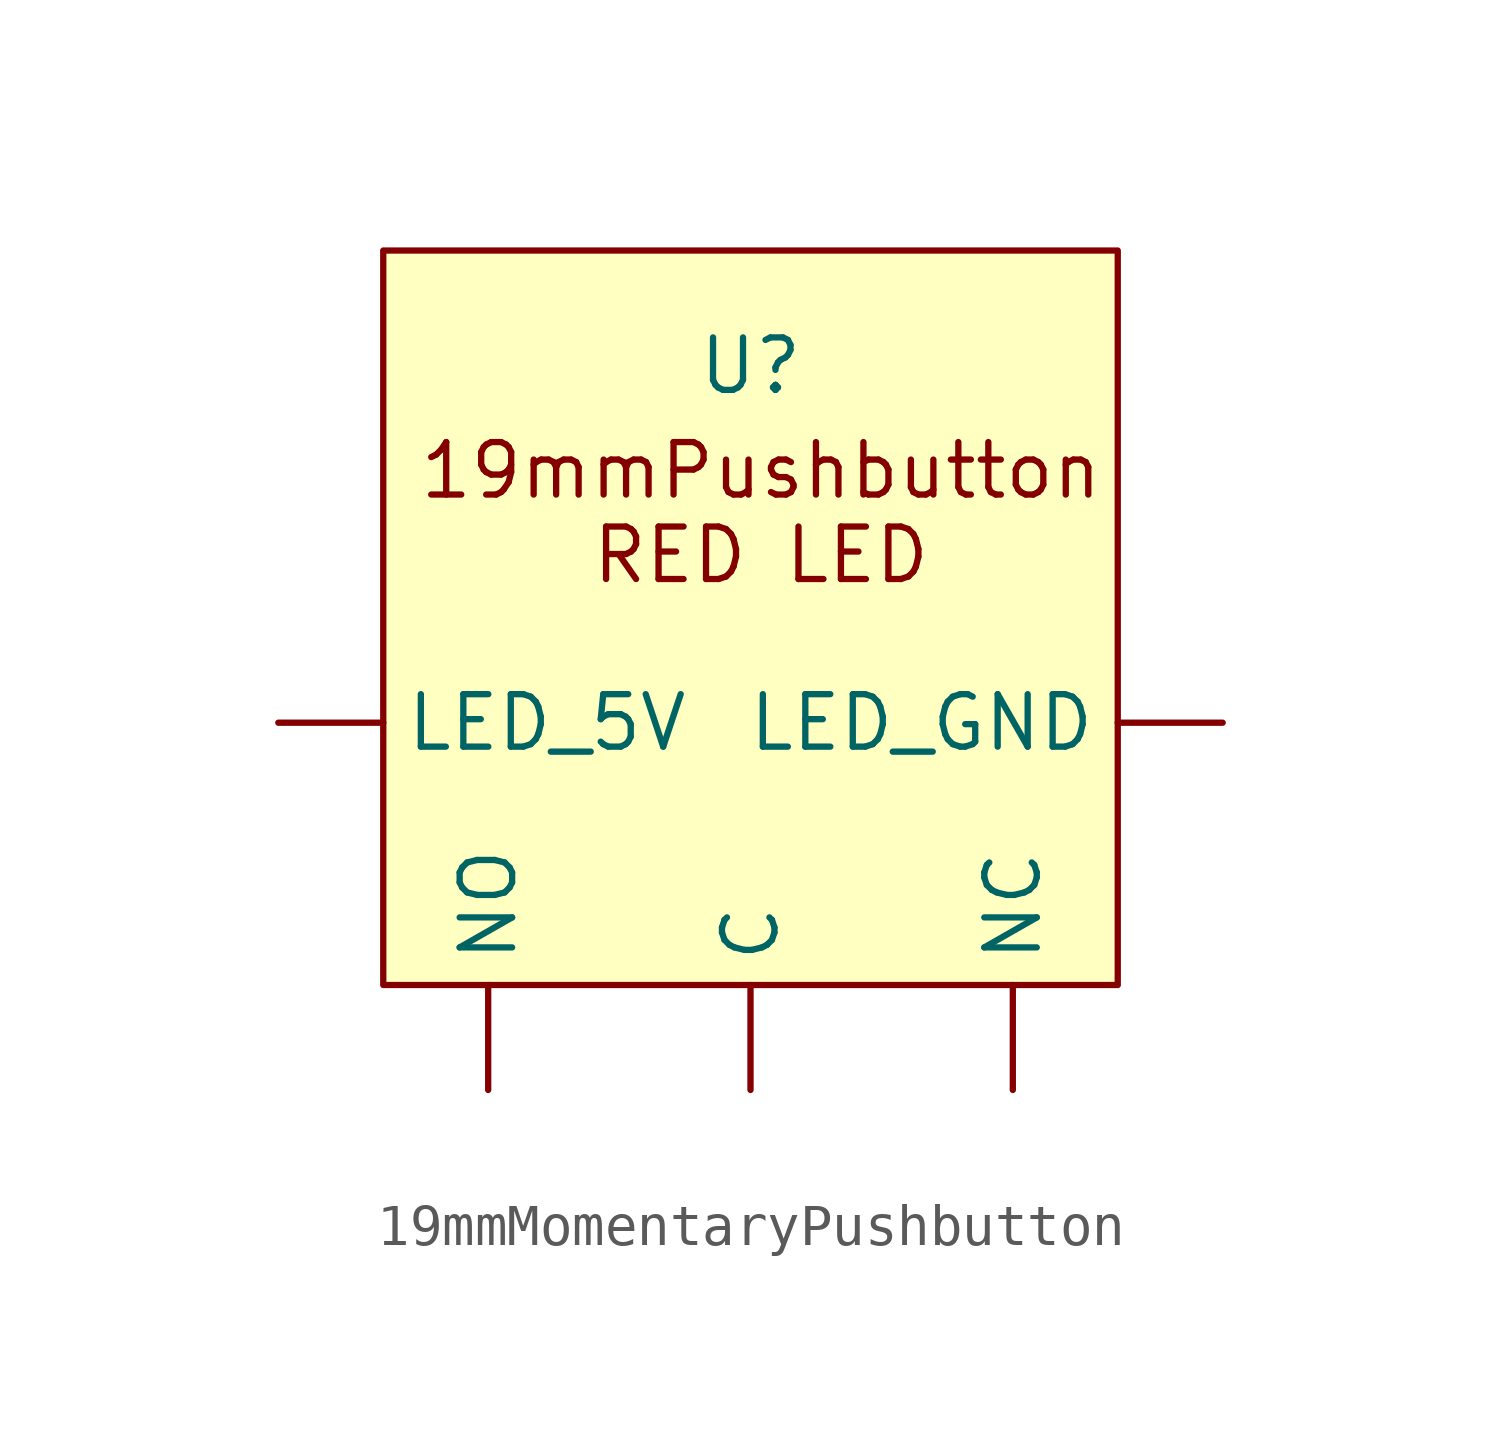
<source format=kicad_sym>
(kicad_symbol_lib
  (version 20241209)
  (generator "kicad_symbol_editor")
  (generator_version "9.0")
  (symbol "19mmMomentaryPushbutton"
    (property "Reference" "U"
      (at 0 6.096 0)
      (effects (font (size 1.27 1.27))))
    (property "Value" ""
      (at 0 0 0)
      (effects (font (size 1.27 1.27))))
    (symbol "19mmMomentaryPushbutton_1_1"
      (rectangle (start -8.89 8.89) (end 8.89 -8.89) (stroke (width 0) (type solid)) (fill (type background)))
      (text "19mmPushbutton\nRED LED" (at 0.254 2.54 0) (effects (font (size 1.27 1.27))))
      (pin input line (at -11.43 -2.54 0) (length 2.54) (name "LED_5V" (effects (font (size 1.27 1.27)))) (number "" (effects (font (size 1.27 1.27)))))
      (pin input line (at -6.35 -11.43 90) (length 2.54) (name "NO" (effects (font (size 1.27 1.27)))) (number "" (effects (font (size 1.27 1.27)))))
      (pin output line (at 0 -11.43 90) (length 2.54) (name "C" (effects (font (size 1.27 1.27)))) (number "" (effects (font (size 1.27 1.27)))))
      (pin input line (at 6.35 -11.43 90) (length 2.54) (name "NC" (effects (font (size 1.27 1.27)))) (number "" (effects (font (size 1.27 1.27)))))
      (pin output line (at 11.43 -2.54 180) (length 2.54) (name "LED_GND" (effects (font (size 1.27 1.27)))) (number "" (effects (font (size 1.27 1.27))))))))
</source>
